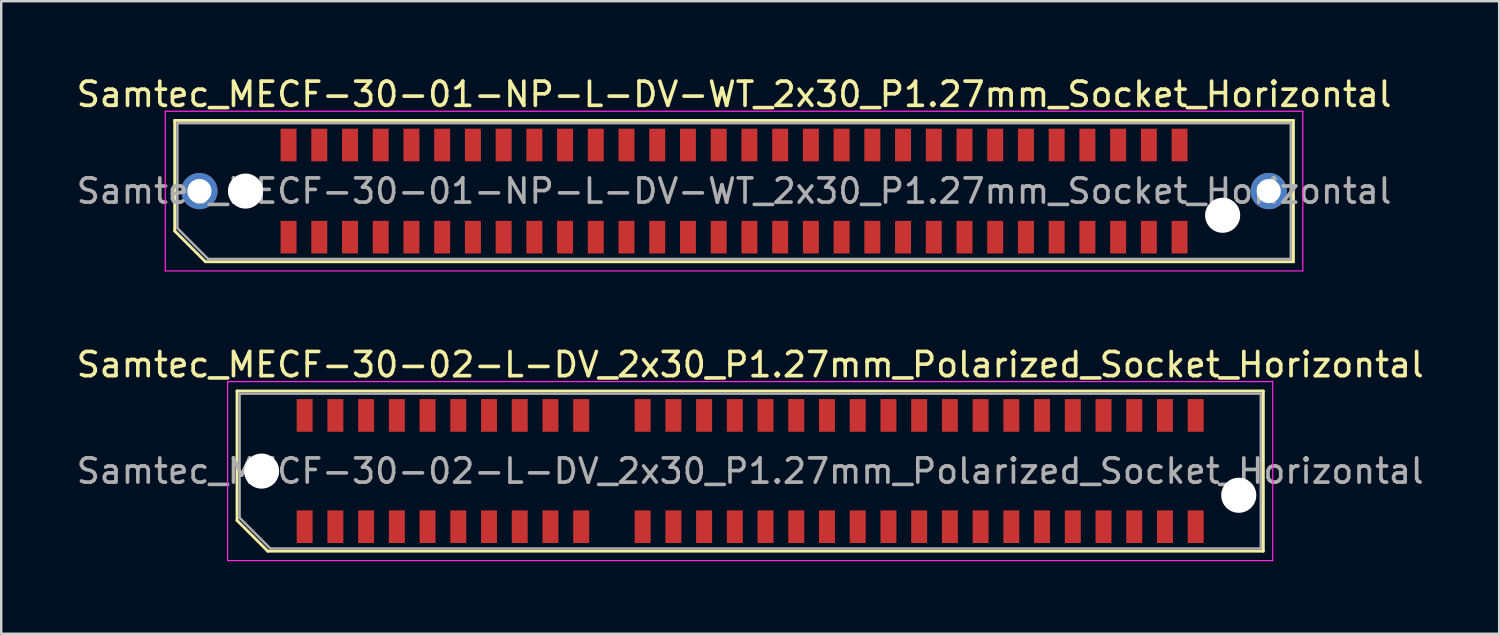
<source format=kicad_pcb>
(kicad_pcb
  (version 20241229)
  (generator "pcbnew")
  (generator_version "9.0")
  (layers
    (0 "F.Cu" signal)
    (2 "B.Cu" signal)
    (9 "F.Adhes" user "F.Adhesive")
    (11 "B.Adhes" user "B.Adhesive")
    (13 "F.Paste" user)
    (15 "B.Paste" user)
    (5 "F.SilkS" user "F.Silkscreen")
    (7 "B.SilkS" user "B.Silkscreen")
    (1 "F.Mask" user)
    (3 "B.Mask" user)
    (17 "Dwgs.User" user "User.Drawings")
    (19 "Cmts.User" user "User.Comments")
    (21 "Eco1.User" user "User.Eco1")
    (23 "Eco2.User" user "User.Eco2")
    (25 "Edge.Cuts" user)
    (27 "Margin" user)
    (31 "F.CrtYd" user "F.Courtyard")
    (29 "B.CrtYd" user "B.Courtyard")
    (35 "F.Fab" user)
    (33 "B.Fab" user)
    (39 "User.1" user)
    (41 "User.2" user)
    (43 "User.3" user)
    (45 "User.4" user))
  (footprint "Samtec_MECF-30-02-L-DV_2x30_P1.27mm_Polarized_Socket_Horizontal"
    (layer "F.Cu")
    (at 27.958 16.422)
    (property "Reference" "Samtec_MECF-30-02-L-DV_2x30_P1.27mm_Polarized_Socket_Horizontal" (at 0 -4.4 0) (layer "F.SilkS") (effects (font (size 1 1) (thickness 0.15))))
    (attr smd)
    (fp_line (start -21.21 -3.31) (end 21.21 -3.31) (stroke (width 0.12) (type solid)) (layer "F.SilkS"))
    (fp_line (start -21.21 2.04) (end -21.21 -3.31) (stroke (width 0.12) (type solid)) (layer "F.SilkS"))
    (fp_line (start -19.94 3.31) (end -21.21 2.04) (stroke (width 0.12) (type solid)) (layer "F.SilkS"))
    (fp_line (start -19.94 3.31) (end 21.21 3.31) (stroke (width 0.12) (type solid)) (layer "F.SilkS"))
    (fp_line (start 21.21 3.31) (end 21.21 -3.31) (stroke (width 0.12) (type solid)) (layer "F.SilkS"))
    (fp_line (start -21.6 -3.7) (end -21.6 3.7) (stroke (width 0.05) (type solid)) (layer "F.CrtYd"))
    (fp_line (start -21.6 3.7) (end 21.6 3.7) (stroke (width 0.05) (type solid)) (layer "F.CrtYd"))
    (fp_line (start 21.6 -3.7) (end -21.6 -3.7) (stroke (width 0.05) (type solid)) (layer "F.CrtYd"))
    (fp_line (start 21.6 3.7) (end 21.6 -3.7) (stroke (width 0.05) (type solid)) (layer "F.CrtYd"))
    (fp_line (start -21.105 -3.2) (end 21.105 -3.2) (stroke (width 0.1) (type solid)) (layer "F.Fab"))
    (fp_line (start -21.105 1.93) (end -21.105 -3.2) (stroke (width 0.1) (type solid)) (layer "F.Fab"))
    (fp_line (start -21.105 1.93) (end -19.835 3.2) (stroke (width 0.1) (type solid)) (layer "F.Fab"))
    (fp_line (start -19.835 3.2) (end 21.105 3.2) (stroke (width 0.1) (type solid)) (layer "F.Fab"))
    (fp_line (start 21.105 3.2) (end 21.105 -3.2) (stroke (width 0.1) (type solid)) (layer "F.Fab"))
    (fp_text user "${REFERENCE}" (at 0 0 0) (layer "F.Fab") (effects (font (size 1 1) (thickness 0.15))))
    (pad "" np_thru_hole circle (at -20.195 0) (size 1.45 1.45) (drill 1.45) (layers "*.Cu" "*.Mask"))
    (pad "" np_thru_hole circle (at 20.195 1) (size 1.45 1.45) (drill 1.45) (layers "*.Cu" "*.Mask"))
    (pad "1" smd rect (at -18.415 2.3) (size 0.66 1.35) (layers "F.Cu" "F.Mask" "F.Paste"))
    (pad "2" smd rect (at -18.415 -2.3) (size 0.66 1.35) (layers "F.Cu" "F.Mask" "F.Paste"))
    (pad "3" smd rect (at -17.145 2.3) (size 0.66 1.35) (layers "F.Cu" "F.Mask" "F.Paste"))
    (pad "4" smd rect (at -17.145 -2.3) (size 0.66 1.35) (layers "F.Cu" "F.Mask" "F.Paste"))
    (pad "5" smd rect (at -15.875 2.3) (size 0.66 1.35) (layers "F.Cu" "F.Mask" "F.Paste"))
    (pad "6" smd rect (at -15.875 -2.3) (size 0.66 1.35) (layers "F.Cu" "F.Mask" "F.Paste"))
    (pad "7" smd rect (at -14.605 2.3) (size 0.66 1.35) (layers "F.Cu" "F.Mask" "F.Paste"))
    (pad "8" smd rect (at -14.605 -2.3) (size 0.66 1.35) (layers "F.Cu" "F.Mask" "F.Paste"))
    (pad "9" smd rect (at -13.335 2.3) (size 0.66 1.35) (layers "F.Cu" "F.Mask" "F.Paste"))
    (pad "10" smd rect (at -13.335 -2.3) (size 0.66 1.35) (layers "F.Cu" "F.Mask" "F.Paste"))
    (pad "11" smd rect (at -12.065 2.3) (size 0.66 1.35) (layers "F.Cu" "F.Mask" "F.Paste"))
    (pad "12" smd rect (at -12.065 -2.3) (size 0.66 1.35) (layers "F.Cu" "F.Mask" "F.Paste"))
    (pad "13" smd rect (at -10.795 2.3) (size 0.66 1.35) (layers "F.Cu" "F.Mask" "F.Paste"))
    (pad "14" smd rect (at -10.795 -2.3) (size 0.66 1.35) (layers "F.Cu" "F.Mask" "F.Paste"))
    (pad "15" smd rect (at -9.525 2.3) (size 0.66 1.35) (layers "F.Cu" "F.Mask" "F.Paste"))
    (pad "16" smd rect (at -9.525 -2.3) (size 0.66 1.35) (layers "F.Cu" "F.Mask" "F.Paste"))
    (pad "17" smd rect (at -8.255 2.3) (size 0.66 1.35) (layers "F.Cu" "F.Mask" "F.Paste"))
    (pad "18" smd rect (at -8.255 -2.3) (size 0.66 1.35) (layers "F.Cu" "F.Mask" "F.Paste"))
    (pad "19" smd rect (at -6.985 2.3) (size 0.66 1.35) (layers "F.Cu" "F.Mask" "F.Paste"))
    (pad "20" smd rect (at -6.985 -2.3) (size 0.66 1.35) (layers "F.Cu" "F.Mask" "F.Paste"))
    (pad "23" smd rect (at -4.445 2.3) (size 0.66 1.35) (layers "F.Cu" "F.Mask" "F.Paste"))
    (pad "24" smd rect (at -4.445 -2.3) (size 0.66 1.35) (layers "F.Cu" "F.Mask" "F.Paste"))
    (pad "25" smd rect (at -3.175 2.3) (size 0.66 1.35) (layers "F.Cu" "F.Mask" "F.Paste"))
    (pad "26" smd rect (at -3.175 -2.3) (size 0.66 1.35) (layers "F.Cu" "F.Mask" "F.Paste"))
    (pad "27" smd rect (at -1.905 2.3) (size 0.66 1.35) (layers "F.Cu" "F.Mask" "F.Paste"))
    (pad "28" smd rect (at -1.905 -2.3) (size 0.66 1.35) (layers "F.Cu" "F.Mask" "F.Paste"))
    (pad "29" smd rect (at -0.635 2.3) (size 0.66 1.35) (layers "F.Cu" "F.Mask" "F.Paste"))
    (pad "30" smd rect (at -0.635 -2.3) (size 0.66 1.35) (layers "F.Cu" "F.Mask" "F.Paste"))
    (pad "31" smd rect (at 0.635 2.3) (size 0.66 1.35) (layers "F.Cu" "F.Mask" "F.Paste"))
    (pad "32" smd rect (at 0.635 -2.3) (size 0.66 1.35) (layers "F.Cu" "F.Mask" "F.Paste"))
    (pad "33" smd rect (at 1.905 2.3) (size 0.66 1.35) (layers "F.Cu" "F.Mask" "F.Paste"))
    (pad "34" smd rect (at 1.905 -2.3) (size 0.66 1.35) (layers "F.Cu" "F.Mask" "F.Paste"))
    (pad "35" smd rect (at 3.175 2.3) (size 0.66 1.35) (layers "F.Cu" "F.Mask" "F.Paste"))
    (pad "36" smd rect (at 3.175 -2.3) (size 0.66 1.35) (layers "F.Cu" "F.Mask" "F.Paste"))
    (pad "37" smd rect (at 4.445 2.3) (size 0.66 1.35) (layers "F.Cu" "F.Mask" "F.Paste"))
    (pad "38" smd rect (at 4.445 -2.3) (size 0.66 1.35) (layers "F.Cu" "F.Mask" "F.Paste"))
    (pad "39" smd rect (at 5.715 2.3) (size 0.66 1.35) (layers "F.Cu" "F.Mask" "F.Paste"))
    (pad "40" smd rect (at 5.715 -2.3) (size 0.66 1.35) (layers "F.Cu" "F.Mask" "F.Paste"))
    (pad "41" smd rect (at 6.985 2.3) (size 0.66 1.35) (layers "F.Cu" "F.Mask" "F.Paste"))
    (pad "42" smd rect (at 6.985 -2.3) (size 0.66 1.35) (layers "F.Cu" "F.Mask" "F.Paste"))
    (pad "43" smd rect (at 8.255 2.3) (size 0.66 1.35) (layers "F.Cu" "F.Mask" "F.Paste"))
    (pad "44" smd rect (at 8.255 -2.3) (size 0.66 1.35) (layers "F.Cu" "F.Mask" "F.Paste"))
    (pad "45" smd rect (at 9.525 2.3) (size 0.66 1.35) (layers "F.Cu" "F.Mask" "F.Paste"))
    (pad "46" smd rect (at 9.525 -2.3) (size 0.66 1.35) (layers "F.Cu" "F.Mask" "F.Paste"))
    (pad "47" smd rect (at 10.795 2.3) (size 0.66 1.35) (layers "F.Cu" "F.Mask" "F.Paste"))
    (pad "48" smd rect (at 10.795 -2.3) (size 0.66 1.35) (layers "F.Cu" "F.Mask" "F.Paste"))
    (pad "49" smd rect (at 12.065 2.3) (size 0.66 1.35) (layers "F.Cu" "F.Mask" "F.Paste"))
    (pad "50" smd rect (at 12.065 -2.3) (size 0.66 1.35) (layers "F.Cu" "F.Mask" "F.Paste"))
    (pad "51" smd rect (at 13.335 2.3) (size 0.66 1.35) (layers "F.Cu" "F.Mask" "F.Paste"))
    (pad "52" smd rect (at 13.335 -2.3) (size 0.66 1.35) (layers "F.Cu" "F.Mask" "F.Paste"))
    (pad "53" smd rect (at 14.605 2.3) (size 0.66 1.35) (layers "F.Cu" "F.Mask" "F.Paste"))
    (pad "54" smd rect (at 14.605 -2.3) (size 0.66 1.35) (layers "F.Cu" "F.Mask" "F.Paste"))
    (pad "55" smd rect (at 15.875 2.3) (size 0.66 1.35) (layers "F.Cu" "F.Mask" "F.Paste"))
    (pad "56" smd rect (at 15.875 -2.3) (size 0.66 1.35) (layers "F.Cu" "F.Mask" "F.Paste"))
    (pad "57" smd rect (at 17.145 2.3) (size 0.66 1.35) (layers "F.Cu" "F.Mask" "F.Paste"))
    (pad "58" smd rect (at 17.145 -2.3) (size 0.66 1.35) (layers "F.Cu" "F.Mask" "F.Paste"))
    (pad "59" smd rect (at 18.415 2.3) (size 0.66 1.35) (layers "F.Cu" "F.Mask" "F.Paste"))
    (pad "60" smd rect (at 18.415 -2.3) (size 0.66 1.35) (layers "F.Cu" "F.Mask" "F.Paste")))
  (footprint "Samtec_MECF-30-01-NP-L-DV-WT_2x30_P1.27mm_Socket_Horizontal"
    (layer "F.Cu")
    (at 27.292 4.848)
    (property "Reference" "Samtec_MECF-30-01-NP-L-DV-WT_2x30_P1.27mm_Socket_Horizontal" (at 0 -4 0) (layer "F.SilkS") (effects (font (size 1 1) (thickness 0.15))))
    (attr smd)
    (fp_line (start -23.12 -2.92) (end 23.12 -2.92) (stroke (width 0.12) (type solid)) (layer "F.SilkS"))
    (fp_line (start -23.12 1.65) (end -23.12 -2.92) (stroke (width 0.12) (type solid)) (layer "F.SilkS"))
    (fp_line (start -21.85 2.92) (end -23.12 1.65) (stroke (width 0.12) (type solid)) (layer "F.SilkS"))
    (fp_line (start -21.85 2.92) (end 23.12 2.92) (stroke (width 0.12) (type solid)) (layer "F.SilkS"))
    (fp_line (start 23.12 2.92) (end 23.12 -2.92) (stroke (width 0.12) (type solid)) (layer "F.SilkS"))
    (fp_line (start -23.51 -3.3) (end -23.51 3.3) (stroke (width 0.05) (type solid)) (layer "F.CrtYd"))
    (fp_line (start -23.51 3.3) (end 23.51 3.3) (stroke (width 0.05) (type solid)) (layer "F.CrtYd"))
    (fp_line (start 23.51 -3.3) (end -23.51 -3.3) (stroke (width 0.05) (type solid)) (layer "F.CrtYd"))
    (fp_line (start 23.51 3.3) (end 23.51 -3.3) (stroke (width 0.05) (type solid)) (layer "F.CrtYd"))
    (fp_line (start -23.01 -2.805) (end 23.01 -2.805) (stroke (width 0.1) (type solid)) (layer "F.Fab"))
    (fp_line (start -23.01 1.535) (end -23.01 -2.805) (stroke (width 0.1) (type solid)) (layer "F.Fab"))
    (fp_line (start -23.01 1.535) (end -21.74 2.805) (stroke (width 0.1) (type solid)) (layer "F.Fab"))
    (fp_line (start -21.74 2.805) (end 23.01 2.805) (stroke (width 0.1) (type solid)) (layer "F.Fab"))
    (fp_line (start 23.01 2.805) (end 23.01 -2.805) (stroke (width 0.1) (type solid)) (layer "F.Fab"))
    (fp_text user "${REFERENCE}" (at 0 0 0) (layer "F.Fab") (effects (font (size 1 1) (thickness 0.15))))
    (pad "" thru_hole circle (at -22.1 0) (size 1.5 1.5) (drill 1) (layers "*.Cu" "*.Mask"))
    (pad "" np_thru_hole circle (at -20.195 0) (size 1.45 1.45) (drill 1.45) (layers "*.Cu" "*.Mask"))
    (pad "" np_thru_hole circle (at 20.195 1) (size 1.45 1.45) (drill 1.45) (layers "*.Cu" "*.Mask"))
    (pad "" thru_hole circle (at 22.1 0) (size 1.5 1.5) (drill 1) (layers "*.Cu" "*.Mask"))
    (pad "1" smd rect (at -18.415 1.905) (size 0.66 1.35) (layers "F.Cu" "F.Mask" "F.Paste"))
    (pad "2" smd rect (at -18.415 -1.905) (size 0.66 1.35) (layers "F.Cu" "F.Mask" "F.Paste"))
    (pad "3" smd rect (at -17.145 1.905) (size 0.66 1.35) (layers "F.Cu" "F.Mask" "F.Paste"))
    (pad "4" smd rect (at -17.145 -1.905) (size 0.66 1.35) (layers "F.Cu" "F.Mask" "F.Paste"))
    (pad "5" smd rect (at -15.875 1.905) (size 0.66 1.35) (layers "F.Cu" "F.Mask" "F.Paste"))
    (pad "6" smd rect (at -15.875 -1.905) (size 0.66 1.35) (layers "F.Cu" "F.Mask" "F.Paste"))
    (pad "7" smd rect (at -14.605 1.905) (size 0.66 1.35) (layers "F.Cu" "F.Mask" "F.Paste"))
    (pad "8" smd rect (at -14.605 -1.905) (size 0.66 1.35) (layers "F.Cu" "F.Mask" "F.Paste"))
    (pad "9" smd rect (at -13.335 1.905) (size 0.66 1.35) (layers "F.Cu" "F.Mask" "F.Paste"))
    (pad "10" smd rect (at -13.335 -1.905) (size 0.66 1.35) (layers "F.Cu" "F.Mask" "F.Paste"))
    (pad "11" smd rect (at -12.065 1.905) (size 0.66 1.35) (layers "F.Cu" "F.Mask" "F.Paste"))
    (pad "12" smd rect (at -12.065 -1.905) (size 0.66 1.35) (layers "F.Cu" "F.Mask" "F.Paste"))
    (pad "13" smd rect (at -10.795 1.905) (size 0.66 1.35) (layers "F.Cu" "F.Mask" "F.Paste"))
    (pad "14" smd rect (at -10.795 -1.905) (size 0.66 1.35) (layers "F.Cu" "F.Mask" "F.Paste"))
    (pad "15" smd rect (at -9.525 1.905) (size 0.66 1.35) (layers "F.Cu" "F.Mask" "F.Paste"))
    (pad "16" smd rect (at -9.525 -1.905) (size 0.66 1.35) (layers "F.Cu" "F.Mask" "F.Paste"))
    (pad "17" smd rect (at -8.255 1.905) (size 0.66 1.35) (layers "F.Cu" "F.Mask" "F.Paste"))
    (pad "18" smd rect (at -8.255 -1.905) (size 0.66 1.35) (layers "F.Cu" "F.Mask" "F.Paste"))
    (pad "19" smd rect (at -6.985 1.905) (size 0.66 1.35) (layers "F.Cu" "F.Mask" "F.Paste"))
    (pad "20" smd rect (at -6.985 -1.905) (size 0.66 1.35) (layers "F.Cu" "F.Mask" "F.Paste"))
    (pad "21" smd rect (at -5.715 1.905) (size 0.66 1.35) (layers "F.Cu" "F.Mask" "F.Paste"))
    (pad "22" smd rect (at -5.715 -1.905) (size 0.66 1.35) (layers "F.Cu" "F.Mask" "F.Paste"))
    (pad "23" smd rect (at -4.445 1.905) (size 0.66 1.35) (layers "F.Cu" "F.Mask" "F.Paste"))
    (pad "24" smd rect (at -4.445 -1.905) (size 0.66 1.35) (layers "F.Cu" "F.Mask" "F.Paste"))
    (pad "25" smd rect (at -3.175 1.905) (size 0.66 1.35) (layers "F.Cu" "F.Mask" "F.Paste"))
    (pad "26" smd rect (at -3.175 -1.905) (size 0.66 1.35) (layers "F.Cu" "F.Mask" "F.Paste"))
    (pad "27" smd rect (at -1.905 1.905) (size 0.66 1.35) (layers "F.Cu" "F.Mask" "F.Paste"))
    (pad "28" smd rect (at -1.905 -1.905) (size 0.66 1.35) (layers "F.Cu" "F.Mask" "F.Paste"))
    (pad "29" smd rect (at -0.635 1.905) (size 0.66 1.35) (layers "F.Cu" "F.Mask" "F.Paste"))
    (pad "30" smd rect (at -0.635 -1.905) (size 0.66 1.35) (layers "F.Cu" "F.Mask" "F.Paste"))
    (pad "31" smd rect (at 0.635 1.905) (size 0.66 1.35) (layers "F.Cu" "F.Mask" "F.Paste"))
    (pad "32" smd rect (at 0.635 -1.905) (size 0.66 1.35) (layers "F.Cu" "F.Mask" "F.Paste"))
    (pad "33" smd rect (at 1.905 1.905) (size 0.66 1.35) (layers "F.Cu" "F.Mask" "F.Paste"))
    (pad "34" smd rect (at 1.905 -1.905) (size 0.66 1.35) (layers "F.Cu" "F.Mask" "F.Paste"))
    (pad "35" smd rect (at 3.175 1.905) (size 0.66 1.35) (layers "F.Cu" "F.Mask" "F.Paste"))
    (pad "36" smd rect (at 3.175 -1.905) (size 0.66 1.35) (layers "F.Cu" "F.Mask" "F.Paste"))
    (pad "37" smd rect (at 4.445 1.905) (size 0.66 1.35) (layers "F.Cu" "F.Mask" "F.Paste"))
    (pad "38" smd rect (at 4.445 -1.905) (size 0.66 1.35) (layers "F.Cu" "F.Mask" "F.Paste"))
    (pad "39" smd rect (at 5.715 1.905) (size 0.66 1.35) (layers "F.Cu" "F.Mask" "F.Paste"))
    (pad "40" smd rect (at 5.715 -1.905) (size 0.66 1.35) (layers "F.Cu" "F.Mask" "F.Paste"))
    (pad "41" smd rect (at 6.985 1.905) (size 0.66 1.35) (layers "F.Cu" "F.Mask" "F.Paste"))
    (pad "42" smd rect (at 6.985 -1.905) (size 0.66 1.35) (layers "F.Cu" "F.Mask" "F.Paste"))
    (pad "43" smd rect (at 8.255 1.905) (size 0.66 1.35) (layers "F.Cu" "F.Mask" "F.Paste"))
    (pad "44" smd rect (at 8.255 -1.905) (size 0.66 1.35) (layers "F.Cu" "F.Mask" "F.Paste"))
    (pad "45" smd rect (at 9.525 1.905) (size 0.66 1.35) (layers "F.Cu" "F.Mask" "F.Paste"))
    (pad "46" smd rect (at 9.525 -1.905) (size 0.66 1.35) (layers "F.Cu" "F.Mask" "F.Paste"))
    (pad "47" smd rect (at 10.795 1.905) (size 0.66 1.35) (layers "F.Cu" "F.Mask" "F.Paste"))
    (pad "48" smd rect (at 10.795 -1.905) (size 0.66 1.35) (layers "F.Cu" "F.Mask" "F.Paste"))
    (pad "49" smd rect (at 12.065 1.905) (size 0.66 1.35) (layers "F.Cu" "F.Mask" "F.Paste"))
    (pad "50" smd rect (at 12.065 -1.905) (size 0.66 1.35) (layers "F.Cu" "F.Mask" "F.Paste"))
    (pad "51" smd rect (at 13.335 1.905) (size 0.66 1.35) (layers "F.Cu" "F.Mask" "F.Paste"))
    (pad "52" smd rect (at 13.335 -1.905) (size 0.66 1.35) (layers "F.Cu" "F.Mask" "F.Paste"))
    (pad "53" smd rect (at 14.605 1.905) (size 0.66 1.35) (layers "F.Cu" "F.Mask" "F.Paste"))
    (pad "54" smd rect (at 14.605 -1.905) (size 0.66 1.35) (layers "F.Cu" "F.Mask" "F.Paste"))
    (pad "55" smd rect (at 15.875 1.905) (size 0.66 1.35) (layers "F.Cu" "F.Mask" "F.Paste"))
    (pad "56" smd rect (at 15.875 -1.905) (size 0.66 1.35) (layers "F.Cu" "F.Mask" "F.Paste"))
    (pad "57" smd rect (at 17.145 1.905) (size 0.66 1.35) (layers "F.Cu" "F.Mask" "F.Paste"))
    (pad "58" smd rect (at 17.145 -1.905) (size 0.66 1.35) (layers "F.Cu" "F.Mask" "F.Paste"))
    (pad "59" smd rect (at 18.415 1.905) (size 0.66 1.35) (layers "F.Cu" "F.Mask" "F.Paste"))
    (pad "60" smd rect (at 18.415 -1.905) (size 0.66 1.35) (layers "F.Cu" "F.Mask" "F.Paste")))
  (gr_rect
    (start -3 -3)
    (end 58.917 23.146)
    (stroke (width 0.1) (type default))
    (fill no)
    (layer "Edge.Cuts")))
</source>
